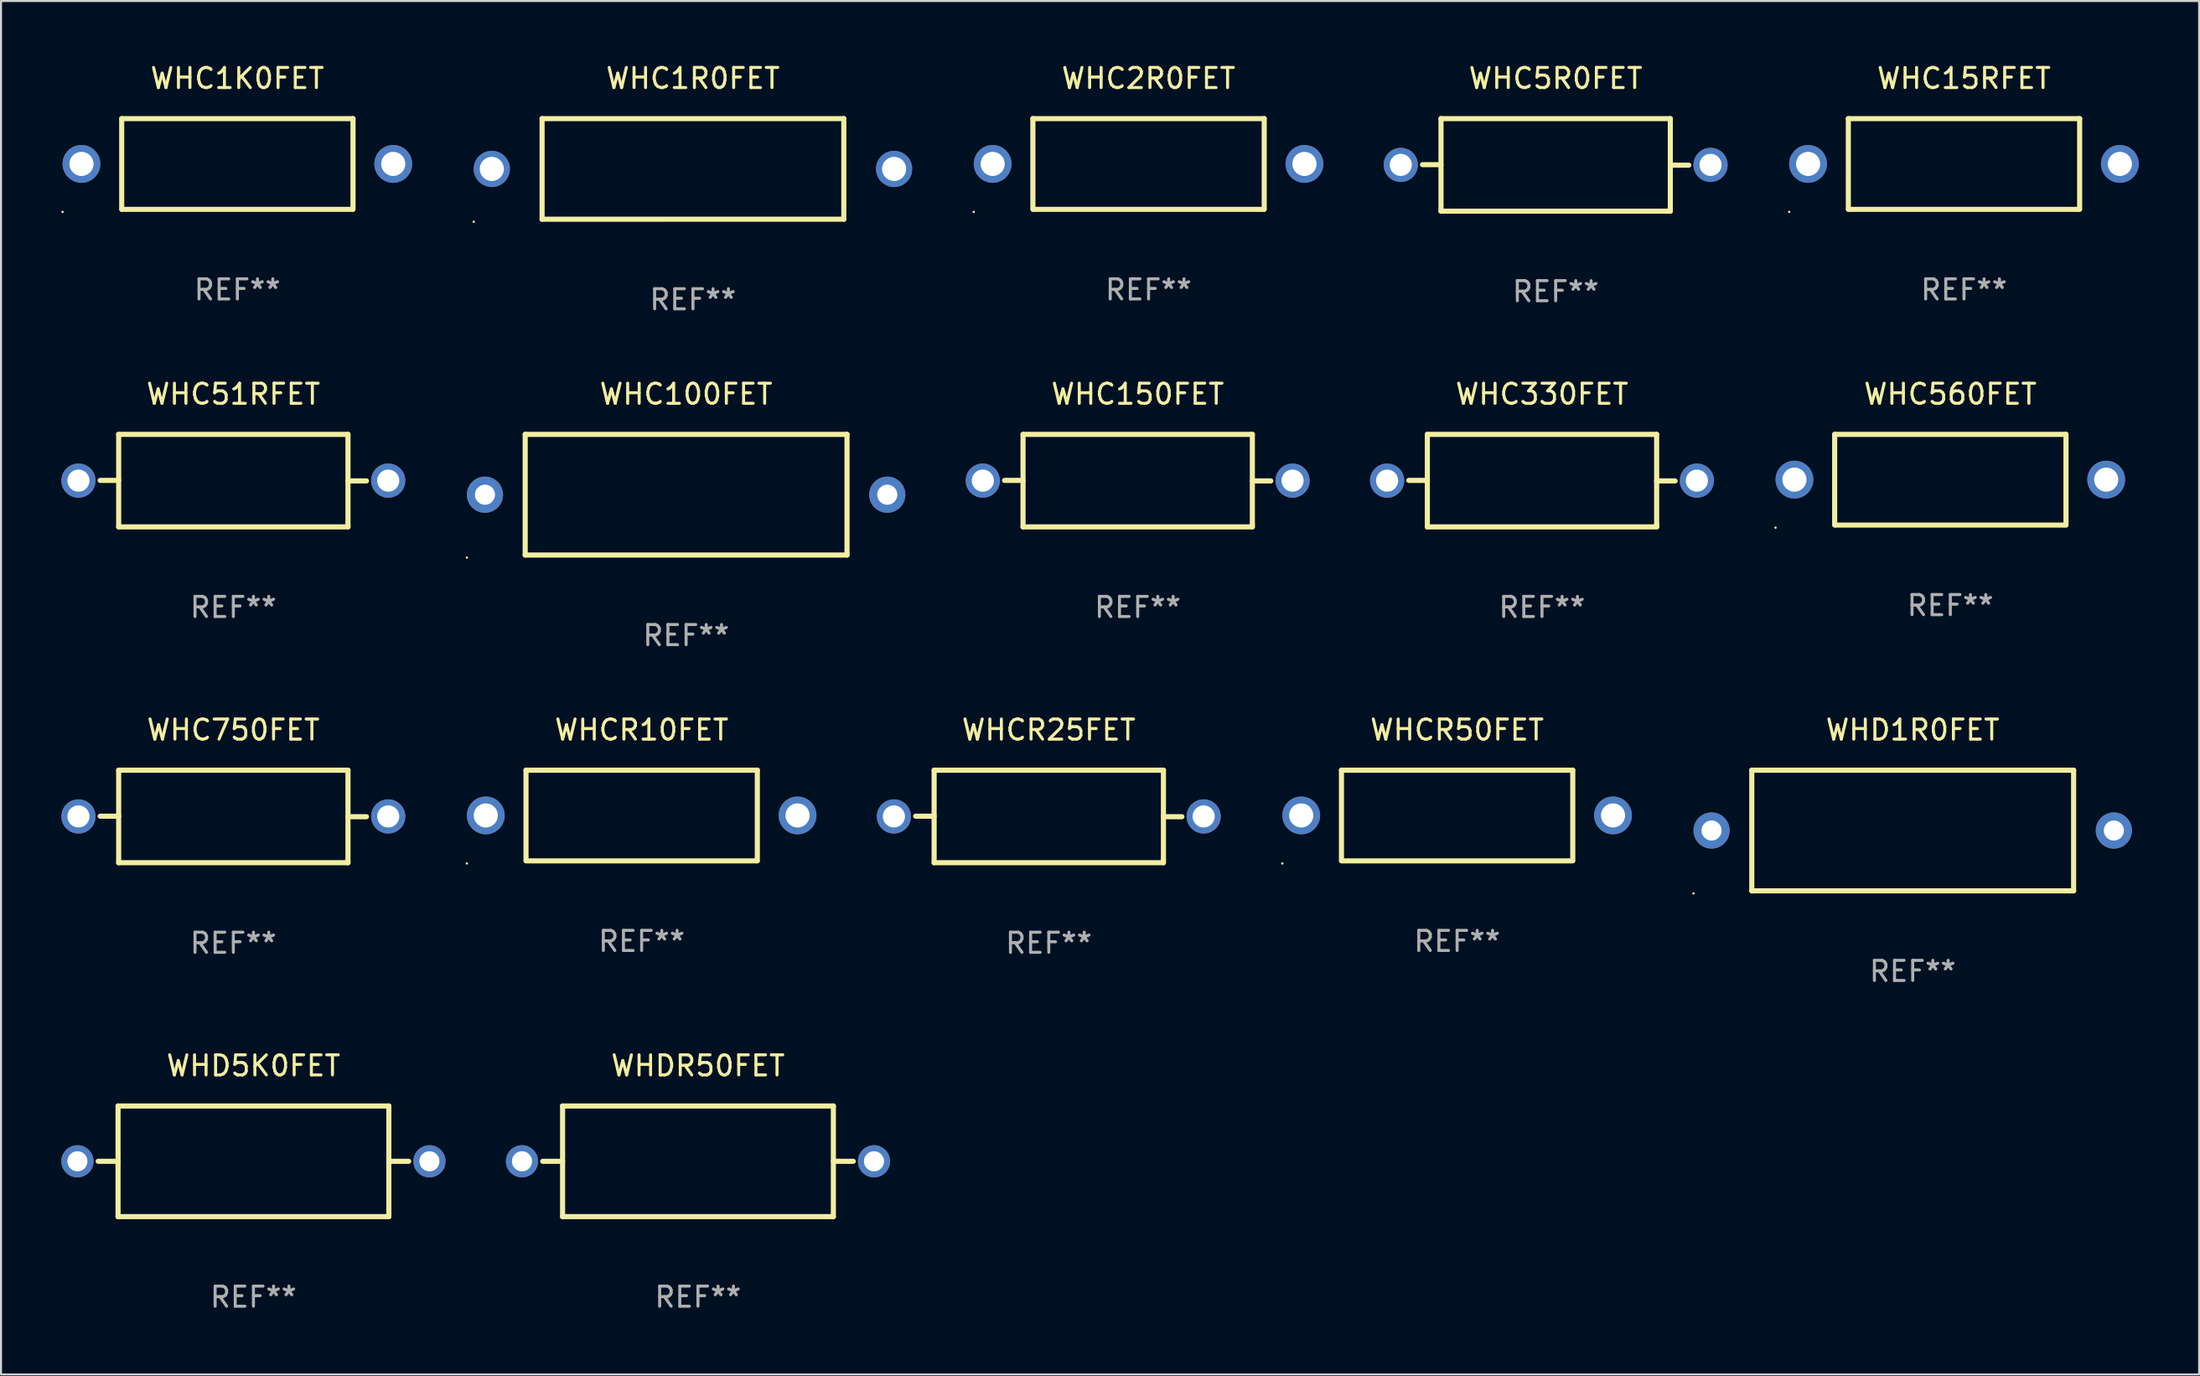
<source format=kicad_pcb>
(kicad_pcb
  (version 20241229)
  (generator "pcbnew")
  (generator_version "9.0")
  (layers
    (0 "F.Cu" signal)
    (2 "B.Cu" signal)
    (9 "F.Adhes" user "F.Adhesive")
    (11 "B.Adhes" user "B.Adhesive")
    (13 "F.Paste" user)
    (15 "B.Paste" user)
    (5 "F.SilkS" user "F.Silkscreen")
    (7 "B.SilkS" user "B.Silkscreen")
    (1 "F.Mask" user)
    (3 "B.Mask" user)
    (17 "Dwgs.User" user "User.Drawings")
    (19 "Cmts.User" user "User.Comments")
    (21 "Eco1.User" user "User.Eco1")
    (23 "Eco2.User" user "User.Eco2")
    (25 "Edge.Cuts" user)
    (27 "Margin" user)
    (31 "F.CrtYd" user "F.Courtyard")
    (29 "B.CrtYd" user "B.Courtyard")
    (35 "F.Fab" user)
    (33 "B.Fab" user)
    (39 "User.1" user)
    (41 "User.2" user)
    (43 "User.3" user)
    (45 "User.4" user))
  (footprint "WHCR10FET"
    (layer "F.Cu")
    (at 28.85 37.498)
    (property "Reference" "WHCR10FET" (at 0 -4.255 0) (layer "F.SilkS") (effects (font (size 1 1) (thickness 0.15))))
    (attr through_hole)
    (fp_line (start -5.75 -2.255) (end 5.75 -2.255) (stroke (width 0.254) (type solid)) (layer "F.SilkS"))
    (fp_line (start -5.75 2.245) (end -5.75 -2.255) (stroke (width 0.254) (type solid)) (layer "F.SilkS"))
    (fp_line (start 5.74 2.255) (end -5.74 2.255) (stroke (width 0.254) (type solid)) (layer "F.SilkS"))
    (fp_line (start 5.75 -2.255) (end 5.75 2.245) (stroke (width 0.254) (type solid)) (layer "F.SilkS"))
    (fp_circle (center -8.69 2.382) (end -8.66 2.382) (stroke (width 0.06) (type solid)) (fill no) (layer "F.SilkS"))
    (fp_text user "REF**" (at 0 6.255 0) (layer "F.Fab") (effects (font (size 1 1) (thickness 0.15))))
    (pad "1" thru_hole circle (at -7.75 -0.005) (size 1.88 1.88) (drill 1.2) (layers "*.Cu" "*.Mask"))
    (pad "2" thru_hole circle (at 7.75 -0.005) (size 1.88 1.88) (drill 1.2) (layers "*.Cu" "*.Mask")))
  (footprint "WHD5K0FET"
    (layer "F.Cu")
    (at 9.55 54.69)
    (property "Reference" "WHD5K0FET" (at 0 -4.75 0) (layer "F.SilkS") (effects (font (size 1 1) (thickness 0.15))))
    (attr through_hole)
    (fp_line (start -7.719 0) (end -6.731 0) (stroke (width 0.254) (type solid)) (layer "F.SilkS"))
    (fp_line (start -6.731 -2.75) (end -6.731 2.75) (stroke (width 0.254) (type solid)) (layer "F.SilkS"))
    (fp_line (start -6.731 -2.75) (end 6.731 -2.75) (stroke (width 0.254) (type solid)) (layer "F.SilkS"))
    (fp_line (start -6.731 2.75) (end 6.731 2.75) (stroke (width 0.254) (type solid)) (layer "F.SilkS"))
    (fp_line (start 6.731 -2.75) (end 6.731 2.75) (stroke (width 0.254) (type solid)) (layer "F.SilkS"))
    (fp_line (start 7.719 0) (end 6.731 0) (stroke (width 0.254) (type solid)) (layer "F.SilkS"))
    (fp_text user "REF**" (at 0 6.75 0) (layer "F.Fab") (effects (font (size 1 1) (thickness 0.15))))
    (pad "1" thru_hole circle (at -8.75 0) (size 1.6 1.6) (drill 1) (layers "*.Cu" "*.Mask"))
    (pad "2" thru_hole circle (at 8.75 0) (size 1.6 1.6) (drill 1) (layers "*.Cu" "*.Mask")))
  (footprint "WHDR50FET"
    (layer "F.Cu")
    (at 31.65 54.69)
    (property "Reference" "WHDR50FET" (at 0 -4.75 0) (layer "F.SilkS") (effects (font (size 1 1) (thickness 0.15))))
    (attr through_hole)
    (fp_line (start -7.719 0) (end -6.731 0) (stroke (width 0.254) (type solid)) (layer "F.SilkS"))
    (fp_line (start -6.731 -2.75) (end -6.731 2.75) (stroke (width 0.254) (type solid)) (layer "F.SilkS"))
    (fp_line (start -6.731 -2.75) (end 6.731 -2.75) (stroke (width 0.254) (type solid)) (layer "F.SilkS"))
    (fp_line (start -6.731 2.75) (end 6.731 2.75) (stroke (width 0.254) (type solid)) (layer "F.SilkS"))
    (fp_line (start 6.731 -2.75) (end 6.731 2.75) (stroke (width 0.254) (type solid)) (layer "F.SilkS"))
    (fp_line (start 7.719 0) (end 6.731 0) (stroke (width 0.254) (type solid)) (layer "F.SilkS"))
    (fp_text user "REF**" (at 0 6.75 0) (layer "F.Fab") (effects (font (size 1 1) (thickness 0.15))))
    (pad "1" thru_hole circle (at -8.75 0) (size 1.6 1.6) (drill 1) (layers "*.Cu" "*.Mask"))
    (pad "2" thru_hole circle (at 8.75 0) (size 1.6 1.6) (drill 1) (layers "*.Cu" "*.Mask")))
  (footprint "WHC51RFET"
    (layer "F.Cu")
    (at 8.55 20.847)
    (property "Reference" "WHC51RFET" (at 0 -4.3 0) (layer "F.SilkS") (effects (font (size 1 1) (thickness 0.15))))
    (attr through_hole)
    (fp_line (start -5.7 -2.3) (end -5.7 2.3) (stroke (width 0.254) (type solid)) (layer "F.SilkS"))
    (fp_line (start -5.7 -2.3) (end 5.7 -2.3) (stroke (width 0.254) (type solid)) (layer "F.SilkS"))
    (fp_line (start -5.7 -0.011) (end -6.619 -0.011) (stroke (width 0.254) (type solid)) (layer "F.SilkS"))
    (fp_line (start -5.7 2.3) (end 5.7 2.3) (stroke (width 0.254) (type solid)) (layer "F.SilkS"))
    (fp_line (start 5.7 -2.3) (end 5.7 2.17) (stroke (width 0.254) (type solid)) (layer "F.SilkS"))
    (fp_line (start 5.7 0.014) (end 6.619 0.014) (stroke (width 0.254) (type solid)) (layer "F.SilkS"))
    (fp_line (start 5.7 2.17) (end 5.7 2.3) (stroke (width 0.254) (type solid)) (layer "F.SilkS"))
    (fp_text user "REF**" (at 0 6.3 0) (layer "F.Fab") (effects (font (size 1 1) (thickness 0.15))))
    (pad "1" thru_hole circle (at -7.7 0) (size 1.7 1.7) (drill 1.1) (layers "*.Cu" "*.Mask"))
    (pad "2" thru_hole circle (at 7.7 0) (size 1.7 1.7) (drill 1.1) (layers "*.Cu" "*.Mask")))
  (footprint "WHCR50FET"
    (layer "F.Cu")
    (at 69.39 37.498)
    (property "Reference" "WHCR50FET" (at 0 -4.255 0) (layer "F.SilkS") (effects (font (size 1 1) (thickness 0.15))))
    (attr through_hole)
    (fp_line (start -5.75 -2.255) (end 5.75 -2.255) (stroke (width 0.254) (type solid)) (layer "F.SilkS"))
    (fp_line (start -5.75 2.245) (end -5.75 -2.255) (stroke (width 0.254) (type solid)) (layer "F.SilkS"))
    (fp_line (start 5.74 2.255) (end -5.74 2.255) (stroke (width 0.254) (type solid)) (layer "F.SilkS"))
    (fp_line (start 5.75 -2.255) (end 5.75 2.245) (stroke (width 0.254) (type solid)) (layer "F.SilkS"))
    (fp_circle (center -8.69 2.382) (end -8.66 2.382) (stroke (width 0.06) (type solid)) (fill no) (layer "F.SilkS"))
    (fp_text user "REF**" (at 0 6.255 0) (layer "F.Fab") (effects (font (size 1 1) (thickness 0.15))))
    (pad "1" thru_hole circle (at -7.75 -0.005) (size 1.88 1.88) (drill 1.2) (layers "*.Cu" "*.Mask"))
    (pad "2" thru_hole circle (at 7.75 -0.005) (size 1.88 1.88) (drill 1.2) (layers "*.Cu" "*.Mask")))
  (footprint "WHC560FET"
    (layer "F.Cu")
    (at 93.91 20.802)
    (property "Reference" "WHC560FET" (at 0 -4.255 0) (layer "F.SilkS") (effects (font (size 1 1) (thickness 0.15))))
    (attr through_hole)
    (fp_line (start -5.75 -2.255) (end 5.75 -2.255) (stroke (width 0.254) (type solid)) (layer "F.SilkS"))
    (fp_line (start -5.75 2.245) (end -5.75 -2.255) (stroke (width 0.254) (type solid)) (layer "F.SilkS"))
    (fp_line (start 5.74 2.255) (end -5.74 2.255) (stroke (width 0.254) (type solid)) (layer "F.SilkS"))
    (fp_line (start 5.75 -2.255) (end 5.75 2.245) (stroke (width 0.254) (type solid)) (layer "F.SilkS"))
    (fp_circle (center -8.69 2.382) (end -8.66 2.382) (stroke (width 0.06) (type solid)) (fill no) (layer "F.SilkS"))
    (fp_text user "REF**" (at 0 6.255 0) (layer "F.Fab") (effects (font (size 1 1) (thickness 0.15))))
    (pad "1" thru_hole circle (at -7.75 -0.005) (size 1.88 1.88) (drill 1.2) (layers "*.Cu" "*.Mask"))
    (pad "2" thru_hole circle (at 7.75 -0.005) (size 1.88 1.88) (drill 1.2) (layers "*.Cu" "*.Mask")))
  (footprint "WHC1R0FET"
    (layer "F.Cu")
    (at 31.4 5.349)
    (property "Reference" "WHC1R0FET" (at 0 -4.501 0) (layer "F.SilkS") (effects (font (size 1 1) (thickness 0.15))))
    (attr through_hole)
    (fp_line (start -7.5 -2.5) (end 7.5 -2.501) (stroke (width 0.254) (type solid)) (layer "F.SilkS"))
    (fp_line (start -7.5 2.501) (end -7.5 -2.5) (stroke (width 0.254) (type solid)) (layer "F.SilkS"))
    (fp_line (start 7.5 -2.501) (end 7.5 2.499) (stroke (width 0.254) (type solid)) (layer "F.SilkS"))
    (fp_line (start 7.5 2.499) (end -7.5 2.501) (stroke (width 0.254) (type solid)) (layer "F.SilkS"))
    (fp_circle (center -10.9 2.628) (end -10.87 2.628) (stroke (width 0.06) (type solid)) (fill no) (layer "F.SilkS"))
    (fp_text user "REF**" (at 0 6.501 0) (layer "F.Fab") (effects (font (size 1 1) (thickness 0.15))))
    (pad "1" thru_hole circle (at -10 0.000013) (size 1.8 1.8) (drill 1.2) (layers "*.Cu" "*.Mask"))
    (pad "2" thru_hole circle (at 10 0.000013) (size 1.8 1.8) (drill 1.2) (layers "*.Cu" "*.Mask")))
  (footprint "WHC150FET"
    (layer "F.Cu")
    (at 53.51 20.847)
    (property "Reference" "WHC150FET" (at 0 -4.3 0) (layer "F.SilkS") (effects (font (size 1 1) (thickness 0.15))))
    (attr through_hole)
    (fp_line (start -5.7 -2.3) (end -5.7 2.3) (stroke (width 0.254) (type solid)) (layer "F.SilkS"))
    (fp_line (start -5.7 -2.3) (end 5.7 -2.3) (stroke (width 0.254) (type solid)) (layer "F.SilkS"))
    (fp_line (start -5.7 -0.011) (end -6.619 -0.011) (stroke (width 0.254) (type solid)) (layer "F.SilkS"))
    (fp_line (start -5.7 2.3) (end 5.7 2.3) (stroke (width 0.254) (type solid)) (layer "F.SilkS"))
    (fp_line (start 5.7 -2.3) (end 5.7 2.17) (stroke (width 0.254) (type solid)) (layer "F.SilkS"))
    (fp_line (start 5.7 0.014) (end 6.619 0.014) (stroke (width 0.254) (type solid)) (layer "F.SilkS"))
    (fp_line (start 5.7 2.17) (end 5.7 2.3) (stroke (width 0.254) (type solid)) (layer "F.SilkS"))
    (fp_text user "REF**" (at 0 6.3 0) (layer "F.Fab") (effects (font (size 1 1) (thickness 0.15))))
    (pad "1" thru_hole circle (at -7.7 0) (size 1.7 1.7) (drill 1.1) (layers "*.Cu" "*.Mask"))
    (pad "2" thru_hole circle (at 7.7 0) (size 1.7 1.7) (drill 1.1) (layers "*.Cu" "*.Mask")))
  (footprint "WHC330FET"
    (layer "F.Cu")
    (at 73.61 20.847)
    (property "Reference" "WHC330FET" (at 0 -4.3 0) (layer "F.SilkS") (effects (font (size 1 1) (thickness 0.15))))
    (attr through_hole)
    (fp_line (start -5.7 -2.3) (end -5.7 2.3) (stroke (width 0.254) (type solid)) (layer "F.SilkS"))
    (fp_line (start -5.7 -2.3) (end 5.7 -2.3) (stroke (width 0.254) (type solid)) (layer "F.SilkS"))
    (fp_line (start -5.7 -0.011) (end -6.619 -0.011) (stroke (width 0.254) (type solid)) (layer "F.SilkS"))
    (fp_line (start -5.7 2.3) (end 5.7 2.3) (stroke (width 0.254) (type solid)) (layer "F.SilkS"))
    (fp_line (start 5.7 -2.3) (end 5.7 2.17) (stroke (width 0.254) (type solid)) (layer "F.SilkS"))
    (fp_line (start 5.7 0.014) (end 6.619 0.014) (stroke (width 0.254) (type solid)) (layer "F.SilkS"))
    (fp_line (start 5.7 2.17) (end 5.7 2.3) (stroke (width 0.254) (type solid)) (layer "F.SilkS"))
    (fp_text user "REF**" (at 0 6.3 0) (layer "F.Fab") (effects (font (size 1 1) (thickness 0.15))))
    (pad "1" thru_hole circle (at -7.7 0) (size 1.7 1.7) (drill 1.1) (layers "*.Cu" "*.Mask"))
    (pad "2" thru_hole circle (at 7.7 0) (size 1.7 1.7) (drill 1.1) (layers "*.Cu" "*.Mask")))
  (footprint "WHC1K0FET"
    (layer "F.Cu")
    (at 8.75 5.104)
    (property "Reference" "WHC1K0FET" (at 0 -4.255 0) (layer "F.SilkS") (effects (font (size 1 1) (thickness 0.15))))
    (attr through_hole)
    (fp_line (start -5.75 -2.255) (end 5.75 -2.255) (stroke (width 0.254) (type solid)) (layer "F.SilkS"))
    (fp_line (start -5.75 2.245) (end -5.75 -2.255) (stroke (width 0.254) (type solid)) (layer "F.SilkS"))
    (fp_line (start 5.74 2.255) (end -5.74 2.255) (stroke (width 0.254) (type solid)) (layer "F.SilkS"))
    (fp_line (start 5.75 -2.255) (end 5.75 2.245) (stroke (width 0.254) (type solid)) (layer "F.SilkS"))
    (fp_circle (center -8.69 2.382) (end -8.66 2.382) (stroke (width 0.06) (type solid)) (fill no) (layer "F.SilkS"))
    (fp_text user "REF**" (at 0 6.255 0) (layer "F.Fab") (effects (font (size 1 1) (thickness 0.15))))
    (pad "1" thru_hole circle (at -7.75 -0.005) (size 1.88 1.88) (drill 1.2) (layers "*.Cu" "*.Mask"))
    (pad "2" thru_hole circle (at 7.75 -0.005) (size 1.88 1.88) (drill 1.2) (layers "*.Cu" "*.Mask")))
  (footprint "WHD1R0FET"
    (layer "F.Cu")
    (at 92.04 38.243)
    (property "Reference" "WHD1R0FET" (at 0 -5 0) (layer "F.SilkS") (effects (font (size 1 1) (thickness 0.15))))
    (attr through_hole)
    (fp_line (start -8 -3) (end -8 3) (stroke (width 0.254) (type solid)) (layer "F.SilkS"))
    (fp_line (start -8 -3) (end 8 -3) (stroke (width 0.254) (type solid)) (layer "F.SilkS"))
    (fp_line (start -8 3) (end 8 3) (stroke (width 0.254) (type solid)) (layer "F.SilkS"))
    (fp_line (start 8 -3) (end 8 3) (stroke (width 0.254) (type solid)) (layer "F.SilkS"))
    (fp_circle (center -10.9 3.127) (end -10.87 3.127) (stroke (width 0.06) (type solid)) (fill no) (layer "F.SilkS"))
    (fp_text user "REF**" (at 0 7 0) (layer "F.Fab") (effects (font (size 1 1) (thickness 0.15))))
    (pad "1" thru_hole circle (at -10 0) (size 1.8 1.8) (drill 1) (layers "*.Cu" "*.Mask"))
    (pad "2" thru_hole circle (at 10 0) (size 1.8 1.8) (drill 1) (layers "*.Cu" "*.Mask")))
  (footprint "WHC2R0FET"
    (layer "F.Cu")
    (at 54.05 5.104)
    (property "Reference" "WHC2R0FET" (at 0 -4.255 0) (layer "F.SilkS") (effects (font (size 1 1) (thickness 0.15))))
    (attr through_hole)
    (fp_line (start -5.75 -2.255) (end 5.75 -2.255) (stroke (width 0.254) (type solid)) (layer "F.SilkS"))
    (fp_line (start -5.75 2.245) (end -5.75 -2.255) (stroke (width 0.254) (type solid)) (layer "F.SilkS"))
    (fp_line (start 5.74 2.255) (end -5.74 2.255) (stroke (width 0.254) (type solid)) (layer "F.SilkS"))
    (fp_line (start 5.75 -2.255) (end 5.75 2.245) (stroke (width 0.254) (type solid)) (layer "F.SilkS"))
    (fp_circle (center -8.69 2.382) (end -8.66 2.382) (stroke (width 0.06) (type solid)) (fill no) (layer "F.SilkS"))
    (fp_text user "REF**" (at 0 6.255 0) (layer "F.Fab") (effects (font (size 1 1) (thickness 0.15))))
    (pad "1" thru_hole circle (at -7.75 -0.005) (size 1.88 1.88) (drill 1.2) (layers "*.Cu" "*.Mask"))
    (pad "2" thru_hole circle (at 7.75 -0.005) (size 1.88 1.88) (drill 1.2) (layers "*.Cu" "*.Mask")))
  (footprint "WHC15RFET"
    (layer "F.Cu")
    (at 94.589 5.104)
    (property "Reference" "WHC15RFET" (at 0 -4.255 0) (layer "F.SilkS") (effects (font (size 1 1) (thickness 0.15))))
    (attr through_hole)
    (fp_line (start -5.75 -2.255) (end 5.75 -2.255) (stroke (width 0.254) (type solid)) (layer "F.SilkS"))
    (fp_line (start -5.75 2.245) (end -5.75 -2.255) (stroke (width 0.254) (type solid)) (layer "F.SilkS"))
    (fp_line (start 5.74 2.255) (end -5.74 2.255) (stroke (width 0.254) (type solid)) (layer "F.SilkS"))
    (fp_line (start 5.75 -2.255) (end 5.75 2.245) (stroke (width 0.254) (type solid)) (layer "F.SilkS"))
    (fp_circle (center -8.69 2.382) (end -8.66 2.382) (stroke (width 0.06) (type solid)) (fill no) (layer "F.SilkS"))
    (fp_text user "REF**" (at 0 6.255 0) (layer "F.Fab") (effects (font (size 1 1) (thickness 0.15))))
    (pad "1" thru_hole circle (at -7.75 -0.005) (size 1.88 1.88) (drill 1.2) (layers "*.Cu" "*.Mask"))
    (pad "2" thru_hole circle (at 7.75 -0.005) (size 1.88 1.88) (drill 1.2) (layers "*.Cu" "*.Mask")))
  (footprint "WHC5R0FET"
    (layer "F.Cu")
    (at 74.289 5.148)
    (property "Reference" "WHC5R0FET" (at 0 -4.3 0) (layer "F.SilkS") (effects (font (size 1 1) (thickness 0.15))))
    (attr through_hole)
    (fp_line (start -5.7 -2.3) (end -5.7 2.3) (stroke (width 0.254) (type solid)) (layer "F.SilkS"))
    (fp_line (start -5.7 -2.3) (end 5.7 -2.3) (stroke (width 0.254) (type solid)) (layer "F.SilkS"))
    (fp_line (start -5.7 -0.011) (end -6.619 -0.011) (stroke (width 0.254) (type solid)) (layer "F.SilkS"))
    (fp_line (start -5.7 2.3) (end 5.7 2.3) (stroke (width 0.254) (type solid)) (layer "F.SilkS"))
    (fp_line (start 5.7 -2.3) (end 5.7 2.17) (stroke (width 0.254) (type solid)) (layer "F.SilkS"))
    (fp_line (start 5.7 0.014) (end 6.619 0.014) (stroke (width 0.254) (type solid)) (layer "F.SilkS"))
    (fp_line (start 5.7 2.17) (end 5.7 2.3) (stroke (width 0.254) (type solid)) (layer "F.SilkS"))
    (fp_text user "REF**" (at 0 6.3 0) (layer "F.Fab") (effects (font (size 1 1) (thickness 0.15))))
    (pad "1" thru_hole circle (at -7.7 0) (size 1.7 1.7) (drill 1.1) (layers "*.Cu" "*.Mask"))
    (pad "2" thru_hole circle (at 7.7 0) (size 1.7 1.7) (drill 1.1) (layers "*.Cu" "*.Mask")))
  (footprint "WHC750FET"
    (layer "F.Cu")
    (at 8.55 37.543)
    (property "Reference" "WHC750FET" (at 0 -4.3 0) (layer "F.SilkS") (effects (font (size 1 1) (thickness 0.15))))
    (attr through_hole)
    (fp_line (start -5.7 -2.3) (end -5.7 2.3) (stroke (width 0.254) (type solid)) (layer "F.SilkS"))
    (fp_line (start -5.7 -2.3) (end 5.7 -2.3) (stroke (width 0.254) (type solid)) (layer "F.SilkS"))
    (fp_line (start -5.7 -0.011) (end -6.619 -0.011) (stroke (width 0.254) (type solid)) (layer "F.SilkS"))
    (fp_line (start -5.7 2.3) (end 5.7 2.3) (stroke (width 0.254) (type solid)) (layer "F.SilkS"))
    (fp_line (start 5.7 -2.3) (end 5.7 2.17) (stroke (width 0.254) (type solid)) (layer "F.SilkS"))
    (fp_line (start 5.7 0.014) (end 6.619 0.014) (stroke (width 0.254) (type solid)) (layer "F.SilkS"))
    (fp_line (start 5.7 2.17) (end 5.7 2.3) (stroke (width 0.254) (type solid)) (layer "F.SilkS"))
    (fp_text user "REF**" (at 0 6.3 0) (layer "F.Fab") (effects (font (size 1 1) (thickness 0.15))))
    (pad "1" thru_hole circle (at -7.7 0) (size 1.7 1.7) (drill 1.1) (layers "*.Cu" "*.Mask"))
    (pad "2" thru_hole circle (at 7.7 0) (size 1.7 1.7) (drill 1.1) (layers "*.Cu" "*.Mask")))
  (footprint "WHCR25FET"
    (layer "F.Cu")
    (at 49.09 37.543)
    (property "Reference" "WHCR25FET" (at 0 -4.3 0) (layer "F.SilkS") (effects (font (size 1 1) (thickness 0.15))))
    (attr through_hole)
    (fp_line (start -5.7 -2.3) (end -5.7 2.3) (stroke (width 0.254) (type solid)) (layer "F.SilkS"))
    (fp_line (start -5.7 -2.3) (end 5.7 -2.3) (stroke (width 0.254) (type solid)) (layer "F.SilkS"))
    (fp_line (start -5.7 -0.011) (end -6.619 -0.011) (stroke (width 0.254) (type solid)) (layer "F.SilkS"))
    (fp_line (start -5.7 2.3) (end 5.7 2.3) (stroke (width 0.254) (type solid)) (layer "F.SilkS"))
    (fp_line (start 5.7 -2.3) (end 5.7 2.17) (stroke (width 0.254) (type solid)) (layer "F.SilkS"))
    (fp_line (start 5.7 0.014) (end 6.619 0.014) (stroke (width 0.254) (type solid)) (layer "F.SilkS"))
    (fp_line (start 5.7 2.17) (end 5.7 2.3) (stroke (width 0.254) (type solid)) (layer "F.SilkS"))
    (fp_text user "REF**" (at 0 6.3 0) (layer "F.Fab") (effects (font (size 1 1) (thickness 0.15))))
    (pad "1" thru_hole circle (at -7.7 0) (size 1.7 1.7) (drill 1.1) (layers "*.Cu" "*.Mask"))
    (pad "2" thru_hole circle (at 7.7 0) (size 1.7 1.7) (drill 1.1) (layers "*.Cu" "*.Mask")))
  (footprint "WHC100FET"
    (layer "F.Cu")
    (at 31.06 21.547)
    (property "Reference" "WHC100FET" (at 0 -5 0) (layer "F.SilkS") (effects (font (size 1 1) (thickness 0.15))))
    (attr through_hole)
    (fp_line (start -8 -3) (end -8 3) (stroke (width 0.254) (type solid)) (layer "F.SilkS"))
    (fp_line (start -8 -3) (end 8 -3) (stroke (width 0.254) (type solid)) (layer "F.SilkS"))
    (fp_line (start -8 3) (end 8 3) (stroke (width 0.254) (type solid)) (layer "F.SilkS"))
    (fp_line (start 8 -3) (end 8 3) (stroke (width 0.254) (type solid)) (layer "F.SilkS"))
    (fp_circle (center -10.9 3.127) (end -10.87 3.127) (stroke (width 0.06) (type solid)) (fill no) (layer "F.SilkS"))
    (fp_text user "REF**" (at 0 7 0) (layer "F.Fab") (effects (font (size 1 1) (thickness 0.15))))
    (pad "1" thru_hole circle (at -10 0) (size 1.8 1.8) (drill 1) (layers "*.Cu" "*.Mask"))
    (pad "2" thru_hole circle (at 10 0) (size 1.8 1.8) (drill 1) (layers "*.Cu" "*.Mask")))
  (gr_rect
    (start -3 -3)
    (end 106.279 65.288)
    (stroke (width 0.1) (type default))
    (fill no)
    (layer "Edge.Cuts")))
</source>
